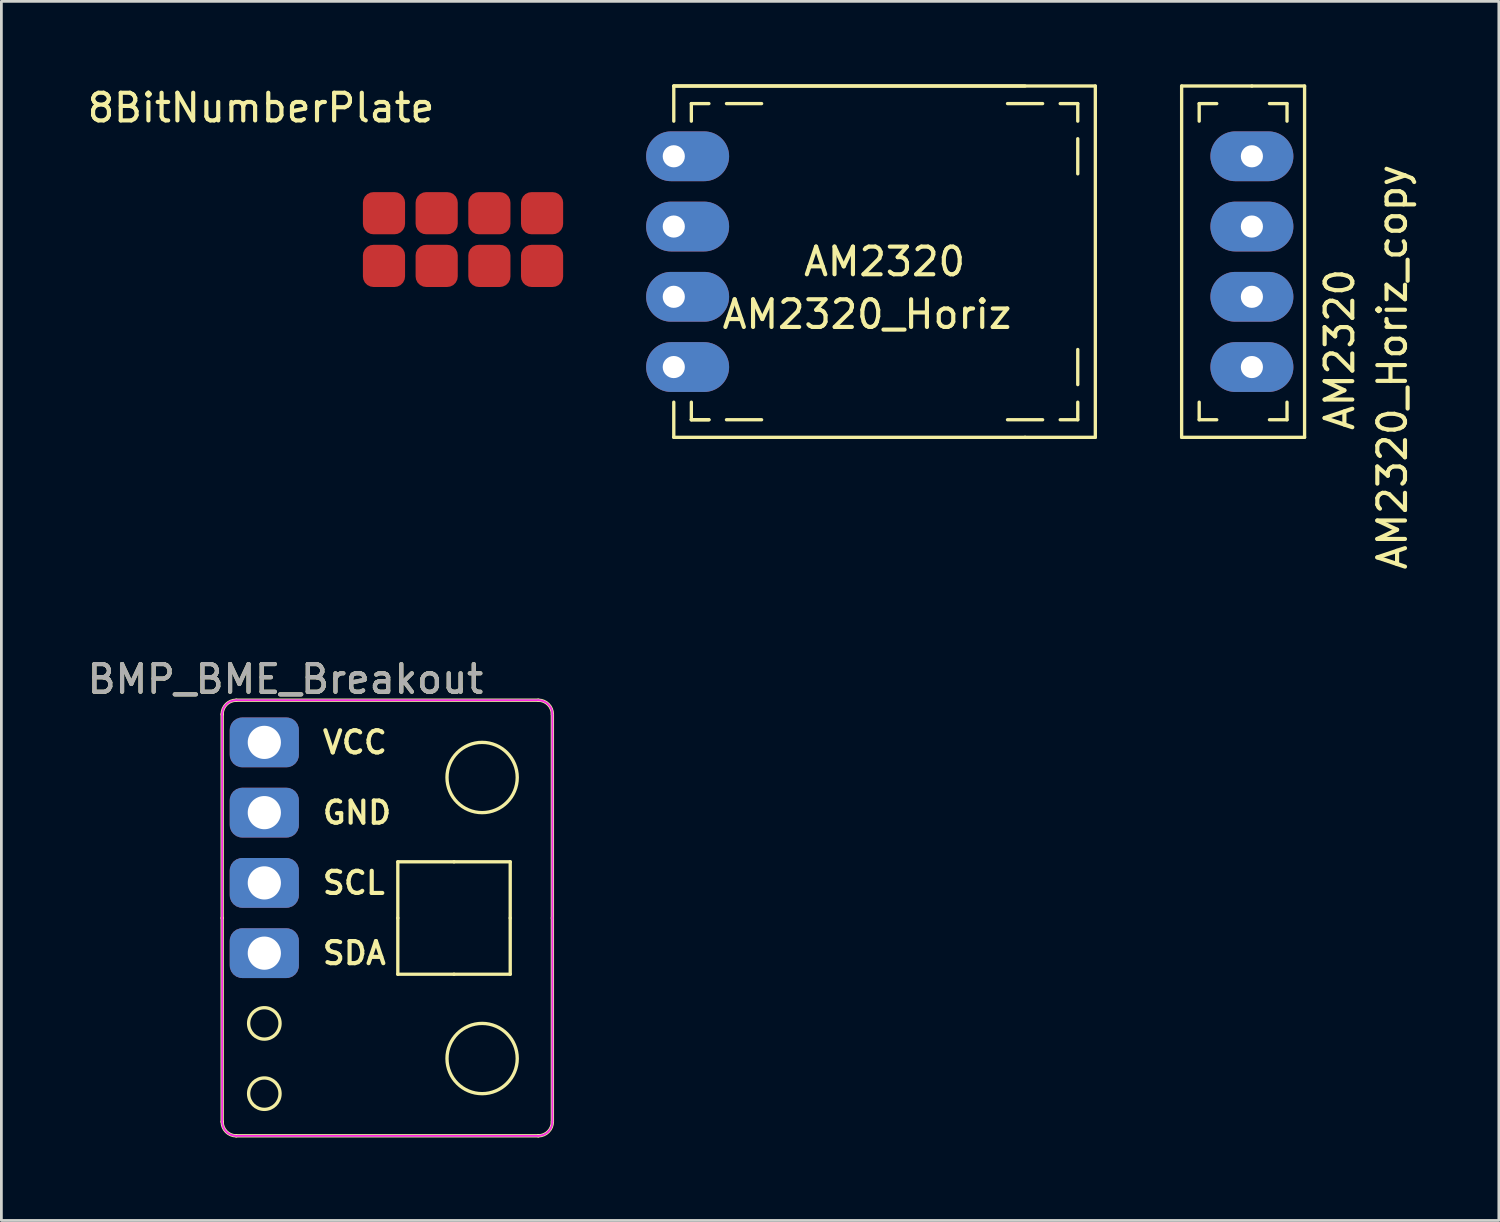
<source format=kicad_pcb>
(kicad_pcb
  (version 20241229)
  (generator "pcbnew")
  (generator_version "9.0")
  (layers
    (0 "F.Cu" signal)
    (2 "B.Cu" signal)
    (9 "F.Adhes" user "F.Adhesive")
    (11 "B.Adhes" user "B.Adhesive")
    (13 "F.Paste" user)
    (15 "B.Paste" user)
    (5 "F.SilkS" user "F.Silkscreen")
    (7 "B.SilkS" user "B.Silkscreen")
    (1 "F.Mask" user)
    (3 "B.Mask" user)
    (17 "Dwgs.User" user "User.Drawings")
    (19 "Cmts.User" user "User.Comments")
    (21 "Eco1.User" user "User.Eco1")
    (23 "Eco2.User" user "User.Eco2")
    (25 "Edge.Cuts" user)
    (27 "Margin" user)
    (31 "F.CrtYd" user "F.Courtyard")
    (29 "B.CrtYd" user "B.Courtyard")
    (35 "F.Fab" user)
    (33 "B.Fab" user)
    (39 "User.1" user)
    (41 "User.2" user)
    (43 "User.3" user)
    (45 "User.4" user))
  (footprint "AM2320_Horiz"
    (layer "F.Cu")
    (at 21.309 2.6)
    (property "Reference" "AM2320_Horiz" (at 6.985 5.715 0) (layer "F.SilkS") (effects (font (size 1 1) (thickness 0.15))))
    (attr through_hole)
    (fp_line (start 0 -2.54) (end 0 -1.27) (stroke (width 0.12) (type solid)) (layer "F.SilkS"))
    (fp_line (start 0 -2.54) (end 12.7 -2.54) (stroke (width 0.12) (type solid)) (layer "F.SilkS"))
    (fp_line (start 0 -2.54) (end 15.24 -2.54) (stroke (width 0.12) (type solid)) (layer "F.SilkS"))
    (fp_line (start 0 10.16) (end 0 8.89) (stroke (width 0.12) (type solid)) (layer "F.SilkS"))
    (fp_line (start 0.635 -1.905) (end 1.27 -1.905) (stroke (width 0.12) (type solid)) (layer "F.SilkS"))
    (fp_line (start 0.635 -1.27) (end 0.635 -1.905) (stroke (width 0.12) (type solid)) (layer "F.SilkS"))
    (fp_line (start 0.635 9.525) (end 0.635 8.89) (stroke (width 0.12) (type solid)) (layer "F.SilkS"))
    (fp_line (start 0.635 9.525) (end 1.27 9.525) (stroke (width 0.12) (type solid)) (layer "F.SilkS"))
    (fp_line (start 1.27 9.525) (end 0.635 9.525) (stroke (width 0.12) (type solid)) (layer "F.SilkS"))
    (fp_line (start 1.905 -1.905) (end 3.175 -1.905) (stroke (width 0.12) (type solid)) (layer "F.SilkS"))
    (fp_line (start 1.905 9.525) (end 3.175 9.525) (stroke (width 0.12) (type solid)) (layer "F.SilkS"))
    (fp_line (start 12.7 10.16) (end 0 10.16) (stroke (width 0.12) (type solid)) (layer "F.SilkS"))
    (fp_line (start 13.335 -1.905) (end 12.065 -1.905) (stroke (width 0.12) (type solid)) (layer "F.SilkS"))
    (fp_line (start 13.335 9.525) (end 12.065 9.525) (stroke (width 0.12) (type solid)) (layer "F.SilkS"))
    (fp_line (start 13.97 -1.905) (end 14.605 -1.905) (stroke (width 0.12) (type solid)) (layer "F.SilkS"))
    (fp_line (start 13.97 9.525) (end 14.605 9.525) (stroke (width 0.12) (type solid)) (layer "F.SilkS"))
    (fp_line (start 14.605 -1.905) (end 14.605 -1.27) (stroke (width 0.12) (type solid)) (layer "F.SilkS"))
    (fp_line (start 14.605 -0.635) (end 14.605 0.635) (stroke (width 0.12) (type solid)) (layer "F.SilkS"))
    (fp_line (start 14.605 8.255) (end 14.605 6.985) (stroke (width 0.12) (type solid)) (layer "F.SilkS"))
    (fp_line (start 14.605 9.525) (end 14.605 8.89) (stroke (width 0.12) (type solid)) (layer "F.SilkS"))
    (fp_line (start 15.24 -2.54) (end 15.24 10.16) (stroke (width 0.12) (type solid)) (layer "F.SilkS"))
    (fp_line (start 15.24 10.16) (end 12.7 10.16) (stroke (width 0.12) (type solid)) (layer "F.SilkS"))
    (fp_text user "AM2320" (at 7.62 3.81 0) (layer "F.SilkS") (effects (font (size 1 1) (thickness 0.15))))
    (pad "1" thru_hole oval (at 0 0) (size 3 1.8) (drill 0.8 (offset 0.5 0)) (layers "*.Cu" "*.Mask"))
    (pad "2" thru_hole oval (at 0 2.54) (size 3 1.8) (drill 0.8 (offset 0.5 0)) (layers "*.Cu" "*.Mask"))
    (pad "3" thru_hole oval (at 0 5.08) (size 3 1.8) (drill 0.8 (offset 0.5 0)) (layers "*.Cu" "*.Mask"))
    (pad "4" thru_hole oval (at 0 7.62) (size 3 1.8) (drill 0.8 (offset 0.5 0)) (layers "*.Cu" "*.Mask")))
  (footprint "8BitNumberPlate"
    (layer "F.Cu")
    (at 10.832 4.658)
    (property "Reference" "8BitNumberPlate" (at -4.445 -3.81 0) (layer "F.SilkS") (effects (font (size 1 1) (thickness 0.15))))
    (attr through_hole)
    (pad "1" smd roundrect (at 0 0) (size 1.524 1.524) (layers "F.Cu" "F.Mask" "F.Paste") (roundrect_rratio 0.25))
    (pad "1" smd roundrect (at 0 1.905) (size 1.524 1.524) (layers "F.Cu" "F.Mask" "F.Paste") (roundrect_rratio 0.25))
    (pad "1" smd roundrect (at 1.905 0) (size 1.524 1.524) (layers "F.Cu" "F.Mask" "F.Paste") (roundrect_rratio 0.25))
    (pad "1" smd roundrect (at 1.905 1.905) (size 1.524 1.524) (layers "F.Cu" "F.Mask" "F.Paste") (roundrect_rratio 0.25))
    (pad "1" smd roundrect (at 3.81 0) (size 1.524 1.524) (layers "F.Cu" "F.Mask" "F.Paste") (roundrect_rratio 0.25))
    (pad "1" smd roundrect (at 3.81 1.905) (size 1.524 1.524) (layers "F.Cu" "F.Mask" "F.Paste") (roundrect_rratio 0.25))
    (pad "1" smd roundrect (at 5.715 0) (size 1.524 1.524) (layers "F.Cu" "F.Mask" "F.Paste") (roundrect_rratio 0.25))
    (pad "1" smd roundrect (at 5.715 1.905) (size 1.524 1.524) (layers "F.Cu" "F.Mask" "F.Paste") (roundrect_rratio 0.25)))
  (footprint "AM2320_Horiz_copy"
    (layer "F.Cu")
    (at 42.209 2.6)
    (property "Reference" "AM2320_Horiz_copy" (at 5.08 7.62 90) (layer "F.SilkS") (effects (font (size 1 1) (thickness 0.15))))
    (attr through_hole)
    (fp_line (start -2.54 -2.54) (end -2.54 10.16) (stroke (width 0.12) (type solid)) (layer "F.SilkS"))
    (fp_line (start -2.54 10.16) (end 1.905 10.16) (stroke (width 0.12) (type solid)) (layer "F.SilkS"))
    (fp_line (start -1.905 -1.905) (end -1.27 -1.905) (stroke (width 0.12) (type solid)) (layer "F.SilkS"))
    (fp_line (start -1.905 -1.27) (end -1.905 -1.905) (stroke (width 0.12) (type solid)) (layer "F.SilkS"))
    (fp_line (start -1.905 8.89) (end -1.905 9.525) (stroke (width 0.12) (type solid)) (layer "F.SilkS"))
    (fp_line (start -1.905 9.525) (end -1.27 9.525) (stroke (width 0.12) (type solid)) (layer "F.SilkS"))
    (fp_line (start 0 -2.54) (end -2.54 -2.54) (stroke (width 0.12) (type solid)) (layer "F.SilkS"))
    (fp_line (start 0 -2.54) (end 1.905 -2.54) (stroke (width 0.12) (type solid)) (layer "F.SilkS"))
    (fp_line (start 0.635 -1.905) (end 1.27 -1.905) (stroke (width 0.12) (type solid)) (layer "F.SilkS"))
    (fp_line (start 0.635 9.525) (end 1.27 9.525) (stroke (width 0.12) (type solid)) (layer "F.SilkS"))
    (fp_line (start 1.27 -1.905) (end 1.27 -1.27) (stroke (width 0.12) (type solid)) (layer "F.SilkS"))
    (fp_line (start 1.27 9.525) (end 1.27 8.89) (stroke (width 0.12) (type solid)) (layer "F.SilkS"))
    (fp_line (start 1.905 10.16) (end 1.905 -2.54) (stroke (width 0.12) (type solid)) (layer "F.SilkS"))
    (fp_text user "AM2320" (at 3.175 6.985 90) (layer "F.SilkS") (effects (font (size 1 1) (thickness 0.15))))
    (pad "1" thru_hole oval (at 0 0) (size 3 1.8) (drill 0.8) (layers "*.Cu" "*.Mask"))
    (pad "2" thru_hole oval (at 0 2.54) (size 3 1.8) (drill 0.8) (layers "*.Cu" "*.Mask"))
    (pad "3" thru_hole oval (at 0 5.08) (size 3 1.8) (drill 0.8) (layers "*.Cu" "*.Mask"))
    (pad "4" thru_hole oval (at 0 7.62) (size 3 1.8) (drill 0.8) (layers "*.Cu" "*.Mask")))
  (footprint "BMP_BME_Breakout"
    (layer "F.Cu")
    (at 6.506 23.789)
    (property "Reference" "BMP_BME_Breakout" (at 0.762 -2.286 0) (layer "F.SilkS") (effects (font (size 1 1) (thickness 0.15))))
    (attr through_hole)
    (fp_line (start -1.524 -1.016) (end -1.524 6.35) (stroke (width 0.12) (type solid)) (layer "F.SilkS"))
    (fp_line (start -1.524 13.716) (end -1.524 6.35) (stroke (width 0.12) (type solid)) (layer "F.SilkS"))
    (fp_line (start -1.016 -1.524) (end 9.906 -1.524) (stroke (width 0.12) (type solid)) (layer "F.SilkS"))
    (fp_line (start 4.826 4.318) (end 6.858 4.318) (stroke (width 0.12) (type solid)) (layer "F.SilkS"))
    (fp_line (start 4.826 6.35) (end 4.826 4.318) (stroke (width 0.12) (type solid)) (layer "F.SilkS"))
    (fp_line (start 4.826 8.382) (end 4.826 6.35) (stroke (width 0.12) (type solid)) (layer "F.SilkS"))
    (fp_line (start 6.858 4.318) (end 8.89 4.318) (stroke (width 0.12) (type solid)) (layer "F.SilkS"))
    (fp_line (start 6.858 8.382) (end 4.826 8.382) (stroke (width 0.12) (type solid)) (layer "F.SilkS"))
    (fp_line (start 8.89 4.318) (end 8.89 6.35) (stroke (width 0.12) (type solid)) (layer "F.SilkS"))
    (fp_line (start 8.89 6.35) (end 8.89 8.382) (stroke (width 0.12) (type solid)) (layer "F.SilkS"))
    (fp_line (start 8.89 8.382) (end 6.858 8.382) (stroke (width 0.12) (type solid)) (layer "F.SilkS"))
    (fp_line (start 9.906 14.224) (end -1.016 14.224) (stroke (width 0.12) (type solid)) (layer "F.SilkS"))
    (fp_line (start 10.414 -1.016) (end 10.414 6.35) (stroke (width 0.12) (type solid)) (layer "F.SilkS"))
    (fp_line (start 10.414 13.716) (end 10.414 6.35) (stroke (width 0.12) (type solid)) (layer "F.SilkS"))
    (fp_arc (start -1.524 -1.016) (mid -1.37521 -1.37521) (end -1.016 -1.524) (stroke (width 0.12) (type solid)) (layer "F.SilkS"))
    (fp_arc (start -1.016 14.224) (mid -1.37521 14.07521) (end -1.524 13.716) (stroke (width 0.12) (type solid)) (layer "F.SilkS"))
    (fp_arc (start 9.906 -1.524) (mid 10.26521 -1.37521) (end 10.414 -1.016) (stroke (width 0.12) (type solid)) (layer "F.SilkS"))
    (fp_arc (start 10.414 13.716) (mid 10.26521 14.07521) (end 9.906 14.224) (stroke (width 0.12) (type solid)) (layer "F.SilkS"))
    (fp_circle (center 0 10.16) (end -0.254 10.668) (stroke (width 0.12) (type solid)) (fill no) (layer "F.SilkS"))
    (fp_circle (center 0 12.7) (end -0.254 13.208) (stroke (width 0.12) (type solid)) (fill no) (layer "F.SilkS"))
    (fp_circle (center 7.874 1.27) (end 9.144 1.27) (stroke (width 0.12) (type solid)) (fill no) (layer "F.SilkS"))
    (fp_circle (center 7.874 11.43) (end 9.144 11.43) (stroke (width 0.12) (type solid)) (fill no) (layer "F.SilkS"))
    (fp_line (start -1.524 -1.016) (end -1.524 6.35) (stroke (width 0.06) (type solid)) (layer "F.CrtYd"))
    (fp_line (start -1.524 13.716) (end -1.524 6.35) (stroke (width 0.06) (type solid)) (layer "F.CrtYd"))
    (fp_line (start -1.016 -1.524) (end 9.906 -1.524) (stroke (width 0.06) (type solid)) (layer "F.CrtYd"))
    (fp_line (start 9.906 14.224) (end -1.016 14.224) (stroke (width 0.06) (type solid)) (layer "F.CrtYd"))
    (fp_line (start 10.414 -1.016) (end 10.414 6.35) (stroke (width 0.06) (type solid)) (layer "F.CrtYd"))
    (fp_line (start 10.414 13.716) (end 10.414 6.35) (stroke (width 0.06) (type solid)) (layer "F.CrtYd"))
    (fp_arc (start -1.524 -1.016) (mid -1.37521 -1.37521) (end -1.016 -1.524) (stroke (width 0.06) (type solid)) (layer "F.CrtYd"))
    (fp_arc (start -1.016 14.224) (mid -1.37521 14.07521) (end -1.524 13.716) (stroke (width 0.06) (type solid)) (layer "F.CrtYd"))
    (fp_arc (start 9.906 -1.524) (mid 10.26521 -1.37521) (end 10.414 -1.016) (stroke (width 0.06) (type solid)) (layer "F.CrtYd"))
    (fp_arc (start 10.414 13.716) (mid 10.26521 14.07521) (end 9.906 14.224) (stroke (width 0.06) (type solid)) (layer "F.CrtYd"))
    (fp_line (start -1.524 -1.016) (end -1.524 6.35) (stroke (width 0.06) (type solid)) (layer "F.Fab"))
    (fp_line (start -1.524 13.716) (end -1.524 6.35) (stroke (width 0.06) (type solid)) (layer "F.Fab"))
    (fp_line (start -1.016 -1.524) (end 9.906 -1.524) (stroke (width 0.06) (type solid)) (layer "F.Fab"))
    (fp_line (start 9.906 14.224) (end -1.016 14.224) (stroke (width 0.06) (type solid)) (layer "F.Fab"))
    (fp_line (start 10.414 -1.016) (end 10.414 6.35) (stroke (width 0.06) (type solid)) (layer "F.Fab"))
    (fp_line (start 10.414 13.716) (end 10.414 6.35) (stroke (width 0.06) (type solid)) (layer "F.Fab"))
    (fp_arc (start -1.524 -1.016) (mid -1.37521 -1.37521) (end -1.016 -1.524) (stroke (width 0.06) (type solid)) (layer "F.Fab"))
    (fp_arc (start -1.016 14.224) (mid -1.37521 14.07521) (end -1.524 13.716) (stroke (width 0.06) (type solid)) (layer "F.Fab"))
    (fp_arc (start 9.906 -1.524) (mid 10.26521 -1.37521) (end 10.414 -1.016) (stroke (width 0.06) (type solid)) (layer "F.Fab"))
    (fp_arc (start 10.414 13.716) (mid 10.26521 14.07521) (end 9.906 14.224) (stroke (width 0.06) (type solid)) (layer "F.Fab"))
    (fp_circle (center 0 10.16) (end 0.254 9.652) (stroke (width 0.12) (type solid)) (fill no) (layer "User.1"))
    (fp_circle (center 0 12.7) (end 0.254 12.192) (stroke (width 0.12) (type solid)) (fill no) (layer "User.1"))
    (fp_text user "VCC" (at 2.032 0 0) (unlocked yes) (layer "F.SilkS") (effects (font (size 0.8 0.8) (thickness 0.15)) (justify left)))
    (fp_text user "GND" (at 2.032 2.54 0) (unlocked yes) (layer "F.SilkS") (effects (font (size 0.8 0.8) (thickness 0.15)) (justify left)))
    (fp_text user "SCL" (at 2.032 5.08 0) (unlocked yes) (layer "F.SilkS") (effects (font (size 0.8 0.8) (thickness 0.15)) (justify left)))
    (fp_text user "SDA" (at 2.032 7.62 0) (unlocked yes) (layer "F.SilkS") (effects (font (size 0.8 0.8) (thickness 0.15)) (justify left)))
    (fp_text user "${REFERENCE}" (at 0.762 -2.286 180) (layer "F.Fab") (effects (font (size 1 1) (thickness 0.15))))
    (pad "1" thru_hole roundrect (at 0 0) (size 2.5 1.8) (drill 1.2) (layers "*.Cu" "*.Mask") (roundrect_rratio 0.25))
    (pad "2" thru_hole roundrect (at 0 2.54) (size 2.5 1.8) (drill 1.2) (layers "*.Cu" "*.Mask") (roundrect_rratio 0.25))
    (pad "3" thru_hole roundrect (at 0 5.08) (size 2.5 1.8) (drill 1.2) (layers "*.Cu" "*.Mask") (roundrect_rratio 0.25))
    (pad "4" thru_hole roundrect (at 0 7.62) (size 2.5 1.8) (drill 1.2) (layers "*.Cu" "*.Mask") (roundrect_rratio 0.25)))
  (gr_rect
    (start -3 -3)
    (end 51.137 41.073)
    (stroke (width 0.1) (type default))
    (fill no)
    (layer "Edge.Cuts")))
</source>
